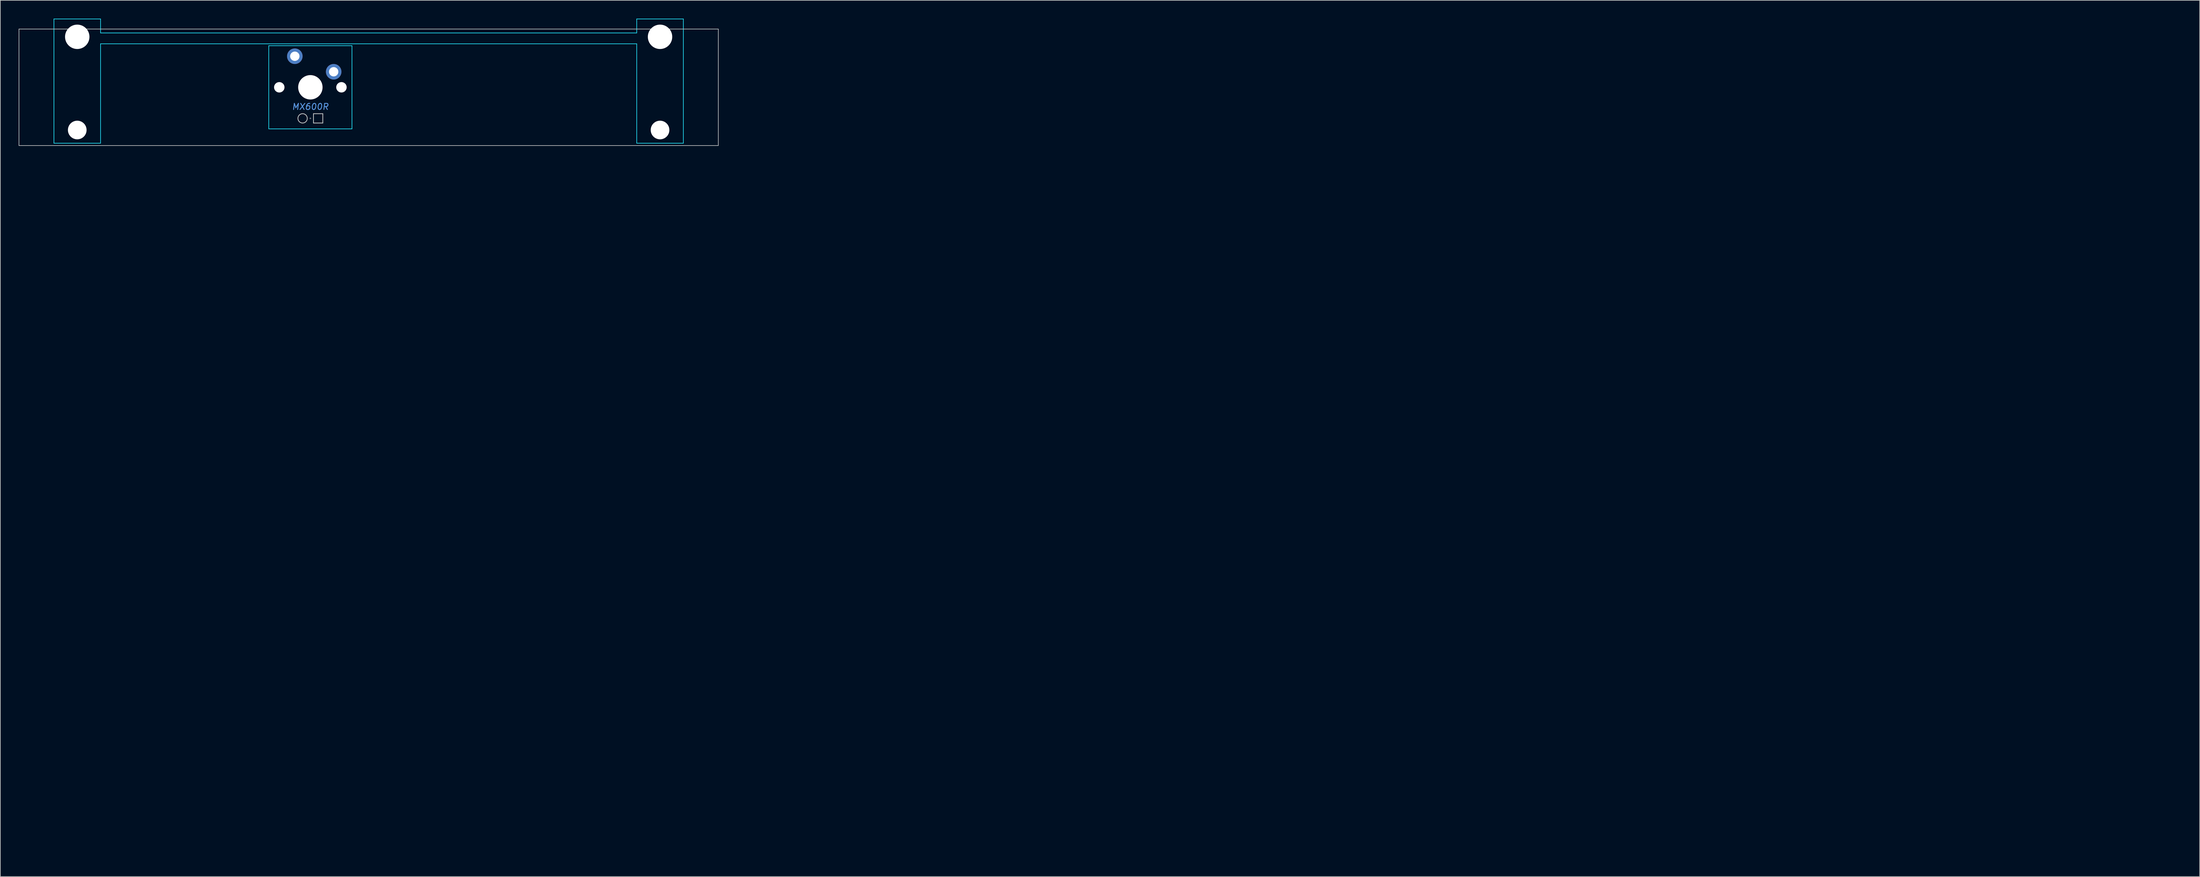
<source format=kicad_pcb>
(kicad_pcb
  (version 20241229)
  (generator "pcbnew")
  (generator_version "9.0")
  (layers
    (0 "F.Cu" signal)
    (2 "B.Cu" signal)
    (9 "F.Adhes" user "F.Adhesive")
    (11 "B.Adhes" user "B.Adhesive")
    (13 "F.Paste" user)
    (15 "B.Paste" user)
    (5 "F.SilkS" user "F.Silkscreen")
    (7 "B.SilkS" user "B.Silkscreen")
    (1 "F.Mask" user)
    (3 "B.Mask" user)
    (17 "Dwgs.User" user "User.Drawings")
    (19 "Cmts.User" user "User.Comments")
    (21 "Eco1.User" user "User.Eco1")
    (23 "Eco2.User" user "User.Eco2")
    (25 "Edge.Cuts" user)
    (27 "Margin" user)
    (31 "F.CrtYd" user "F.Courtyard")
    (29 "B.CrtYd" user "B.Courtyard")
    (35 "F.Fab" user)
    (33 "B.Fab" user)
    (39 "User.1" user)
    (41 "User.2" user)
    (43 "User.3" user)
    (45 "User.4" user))
  (footprint "MX600R"
    (layer "F.Cu")
    (at 47.675 11.226)
    (property "Reference" "MX600R" (at 0 3.175 0) (layer "Cmts.User") (effects (font (size 1 1) (thickness 0.15) (italic yes))))
    (attr through_hole)
    (fp_line (start -47.625 -9.525) (end -47.625 9.525) (stroke (width 0.1) (type solid)) (layer "Dwgs.User"))
    (fp_line (start -47.625 -9.525) (end 66.675 -9.525) (stroke (width 0.1) (type solid)) (layer "Dwgs.User"))
    (fp_line (start -47.625 9.525) (end 66.675 9.525) (stroke (width 0.1) (type solid)) (layer "Dwgs.User"))
    (fp_line (start -0.127 5.08) (end 0.127 5.08) (stroke (width 0.051) (type solid)) (layer "Dwgs.User"))
    (fp_line (start 0 5.207) (end 0 4.953) (stroke (width 0.051) (type solid)) (layer "Dwgs.User"))
    (fp_line (start 0.508 4.318) (end 0.508 5.842) (stroke (width 0.127) (type solid)) (layer "Dwgs.User"))
    (fp_line (start 0.508 4.318) (end 2.032 4.318) (stroke (width 0.127) (type solid)) (layer "Dwgs.User"))
    (fp_line (start 0.508 5.842) (end 2.032 5.842) (stroke (width 0.127) (type solid)) (layer "Dwgs.User"))
    (fp_line (start 2.032 5.842) (end 2.032 4.318) (stroke (width 0.127) (type solid)) (layer "Dwgs.User"))
    (fp_line (start 66.675 -9.525) (end 66.675 9.525) (stroke (width 0.1) (type solid)) (layer "Dwgs.User"))
    (fp_circle (center -1.27 5.08) (end -0.508 5.08) (stroke (width 0.127) (type solid)) (fill no) (layer "Dwgs.User"))
    (fp_line (start -42.239 0.508) (end -41.223 0.508) (stroke (width 0.1) (type solid)) (layer "Eco1.User"))
    (fp_line (start -42.239 3.302) (end -42.239 0.508) (stroke (width 0.1) (type solid)) (layer "Eco1.User"))
    (fp_line (start -41.223 0.508) (end -41.223 -6.604) (stroke (width 0.1) (type solid)) (layer "Eco1.User"))
    (fp_line (start -41.223 3.302) (end -42.239 3.302) (stroke (width 0.1) (type solid)) (layer "Eco1.User"))
    (fp_line (start -41.223 -6.604) (end -39.419 -6.604) (stroke (width 0.1) (type solid)) (layer "Eco1.User"))
    (fp_line (start -41.223 5.689) (end -41.223 3.302) (stroke (width 0.1) (type solid)) (layer "Eco1.User"))
    (fp_line (start -39.419 -7.773) (end -36.371 -7.773) (stroke (width 0.1) (type solid)) (layer "Eco1.User"))
    (fp_line (start -39.419 -6.604) (end -39.419 -7.773) (stroke (width 0.1) (type solid)) (layer "Eco1.User"))
    (fp_line (start -36.371 -7.773) (end -36.371 -6.604) (stroke (width 0.1) (type solid)) (layer "Eco1.User"))
    (fp_line (start -36.371 -6.604) (end -34.568 -6.604) (stroke (width 0.1) (type solid)) (layer "Eco1.User"))
    (fp_line (start -34.568 -2.286) (end -6.985 -2.286) (stroke (width 0.1) (type solid)) (layer "Eco1.User"))
    (fp_line (start -34.568 5.689) (end -41.223 5.689) (stroke (width 0.1) (type solid)) (layer "Eco1.User"))
    (fp_line (start -34.568 -6.604) (end -34.568 -2.286) (stroke (width 0.1) (type solid)) (layer "Eco1.User"))
    (fp_line (start -34.568 2.286) (end -34.568 5.689) (stroke (width 0.1) (type solid)) (layer "Eco1.User"))
    (fp_line (start -6.985 -6.985) (end 6.985 -6.985) (stroke (width 0.1) (type solid)) (layer "Eco1.User"))
    (fp_line (start -6.985 -2.286) (end -6.985 -6.985) (stroke (width 0.1) (type solid)) (layer "Eco1.User"))
    (fp_line (start -6.985 2.286) (end -34.568 2.286) (stroke (width 0.1) (type solid)) (layer "Eco1.User"))
    (fp_line (start -6.985 6.985) (end -6.985 2.286) (stroke (width 0.1) (type solid)) (layer "Eco1.User"))
    (fp_line (start -0.941 0.000029) (end 0.941 -0.000027) (stroke (width 0.1) (type solid)) (layer "Eco1.User"))
    (fp_line (start 0 15.765) (end 0 15.765) (stroke (width 0.1) (type solid)) (layer "Eco1.User"))
    (fp_line (start 0 15.765) (end 0 15.765) (stroke (width 0.1) (type solid)) (layer "Eco1.User"))
    (fp_line (start 0 15.765) (end 0 15.765) (stroke (width 0.1) (type solid)) (layer "Eco1.User"))
    (fp_line (start 0.000028 0.941) (end -0.000028 -0.941) (stroke (width 0.1) (type solid)) (layer "Eco1.User"))
    (fp_line (start 6.985 -6.985) (end 6.985 -2.286) (stroke (width 0.1) (type solid)) (layer "Eco1.User"))
    (fp_line (start 6.985 -2.286) (end 53.619 -2.286) (stroke (width 0.1) (type solid)) (layer "Eco1.User"))
    (fp_line (start 6.985 2.286) (end 6.985 6.985) (stroke (width 0.1) (type solid)) (layer "Eco1.User"))
    (fp_line (start 6.985 6.985) (end -6.985 6.985) (stroke (width 0.1) (type solid)) (layer "Eco1.User"))
    (fp_line (start 53.619 -6.604) (end 55.423 -6.604) (stroke (width 0.1) (type solid)) (layer "Eco1.User"))
    (fp_line (start 53.619 2.286) (end 6.985 2.286) (stroke (width 0.1) (type solid)) (layer "Eco1.User"))
    (fp_line (start 53.619 -2.286) (end 53.619 -6.604) (stroke (width 0.1) (type solid)) (layer "Eco1.User"))
    (fp_line (start 53.619 5.69) (end 53.619 2.286) (stroke (width 0.1) (type solid)) (layer "Eco1.User"))
    (fp_line (start 55.423 -7.772) (end 58.471 -7.772) (stroke (width 0.1) (type solid)) (layer "Eco1.User"))
    (fp_line (start 55.423 -6.604) (end 55.423 -7.772) (stroke (width 0.1) (type solid)) (layer "Eco1.User"))
    (fp_line (start 58.471 -7.772) (end 58.471 -6.604) (stroke (width 0.1) (type solid)) (layer "Eco1.User"))
    (fp_line (start 58.471 -6.604) (end 60.274 -6.604) (stroke (width 0.1) (type solid)) (layer "Eco1.User"))
    (fp_line (start 60.274 -6.604) (end 60.274 0.508) (stroke (width 0.1) (type solid)) (layer "Eco1.User"))
    (fp_line (start 60.274 5.69) (end 53.619 5.69) (stroke (width 0.1) (type solid)) (layer "Eco1.User"))
    (fp_line (start 60.274 0.508) (end 61.29 0.508) (stroke (width 0.1) (type solid)) (layer "Eco1.User"))
    (fp_line (start 60.274 3.302) (end 60.274 5.69) (stroke (width 0.1) (type solid)) (layer "Eco1.User"))
    (fp_line (start 61.29 3.302) (end 60.274 3.302) (stroke (width 0.1) (type solid)) (layer "Eco1.User"))
    (fp_line (start 61.29 0.508) (end 61.29 3.302) (stroke (width 0.1) (type solid)) (layer "Eco1.User"))
    (fp_line (start 304.8 88.594) (end 304.8 90.476) (stroke (width 0.1) (type solid)) (layer "Eco1.User"))
    (fp_line (start 304.8 124.154) (end 304.8 126.036) (stroke (width 0.1) (type solid)) (layer "Eco1.User"))
    (fp_line (start 305.741 89.535) (end 303.859 89.535) (stroke (width 0.1) (type solid)) (layer "Eco1.User"))
    (fp_line (start 305.741 125.095) (end 303.859 125.095) (stroke (width 0.1) (type solid)) (layer "Eco1.User"))
    (fp_line (start -41.91 9.144) (end -41.91 -11.176) (stroke (width 0.1) (type solid)) (layer "B.CrtYd"))
    (fp_line (start -34.29 -11.176) (end -41.91 -11.176) (stroke (width 0.1) (type solid)) (layer "B.CrtYd"))
    (fp_line (start -34.29 -8.89) (end -34.29 -11.176) (stroke (width 0.1) (type solid)) (layer "B.CrtYd"))
    (fp_line (start -34.29 -7.112) (end -34.29 9.144) (stroke (width 0.1) (type solid)) (layer "B.CrtYd"))
    (fp_line (start -34.29 9.144) (end -41.91 9.144) (stroke (width 0.1) (type solid)) (layer "B.CrtYd"))
    (fp_line (start -6.8 -6.8) (end -6.8 6.8) (stroke (width 0.1) (type solid)) (layer "B.CrtYd"))
    (fp_line (start -6.8 -6.8) (end 6.8 -6.8) (stroke (width 0.1) (type solid)) (layer "B.CrtYd"))
    (fp_line (start -6.8 6.8) (end 6.8 6.8) (stroke (width 0.1) (type solid)) (layer "B.CrtYd"))
    (fp_line (start 6.8 6.8) (end 6.8 -6.8) (stroke (width 0.1) (type solid)) (layer "B.CrtYd"))
    (fp_line (start 53.34 -8.89) (end -34.29 -8.89) (stroke (width 0.1) (type solid)) (layer "B.CrtYd"))
    (fp_line (start 53.34 -8.89) (end 53.34 -11.176) (stroke (width 0.1) (type solid)) (layer "B.CrtYd"))
    (fp_line (start 53.34 -7.112) (end -34.29 -7.112) (stroke (width 0.1) (type solid)) (layer "B.CrtYd"))
    (fp_line (start 53.34 -7.112) (end 53.34 9.144) (stroke (width 0.1) (type solid)) (layer "B.CrtYd"))
    (fp_line (start 60.96 -11.176) (end 53.34 -11.176) (stroke (width 0.1) (type solid)) (layer "B.CrtYd"))
    (fp_line (start 60.96 9.144) (end 53.34 9.144) (stroke (width 0.1) (type solid)) (layer "B.CrtYd"))
    (fp_line (start 60.96 9.144) (end 60.96 -11.176) (stroke (width 0.1) (type solid)) (layer "B.CrtYd"))
    (pad "" np_thru_hole circle (at -38.1 -8.255) (size 3.988 3.988) (drill 3.988) (layers "*.Cu" "*.Mask"))
    (pad "" np_thru_hole circle (at -38.1 6.985) (size 3.048 3.048) (drill 3.048) (layers "*.Cu" "*.Mask"))
    (pad "" np_thru_hole circle (at -5.08 0) (size 1.702 1.702) (drill 1.702) (layers "*.Cu" "*.Mask"))
    (pad "" np_thru_hole circle (at 0 0) (size 3.988 3.988) (drill 3.988) (layers "*.Cu" "*.Mask"))
    (pad "" np_thru_hole circle (at 5.08 0) (size 1.702 1.702) (drill 1.702) (layers "*.Cu" "*.Mask"))
    (pad "" np_thru_hole circle (at 57.15 -8.255) (size 3.988 3.988) (drill 3.988) (layers "*.Cu" "*.Mask"))
    (pad "" np_thru_hole circle (at 57.15 6.985) (size 3.048 3.048) (drill 3.048) (layers "*.Cu" "*.Mask"))
    (pad "1" thru_hole circle (at -2.54 -5.08) (size 2.54 2.54) (drill 1.524) (layers "*.Cu" "*.Mask"))
    (pad "2" thru_hole circle (at 3.81 -2.54) (size 2.54 2.54) (drill 1.524) (layers "*.Cu" "*.Mask")))
  (gr_rect
    (start -3 -3)
    (end 356.466 140.312)
    (stroke (width 0.1) (type default))
    (fill no)
    (layer "Edge.Cuts")))
</source>
